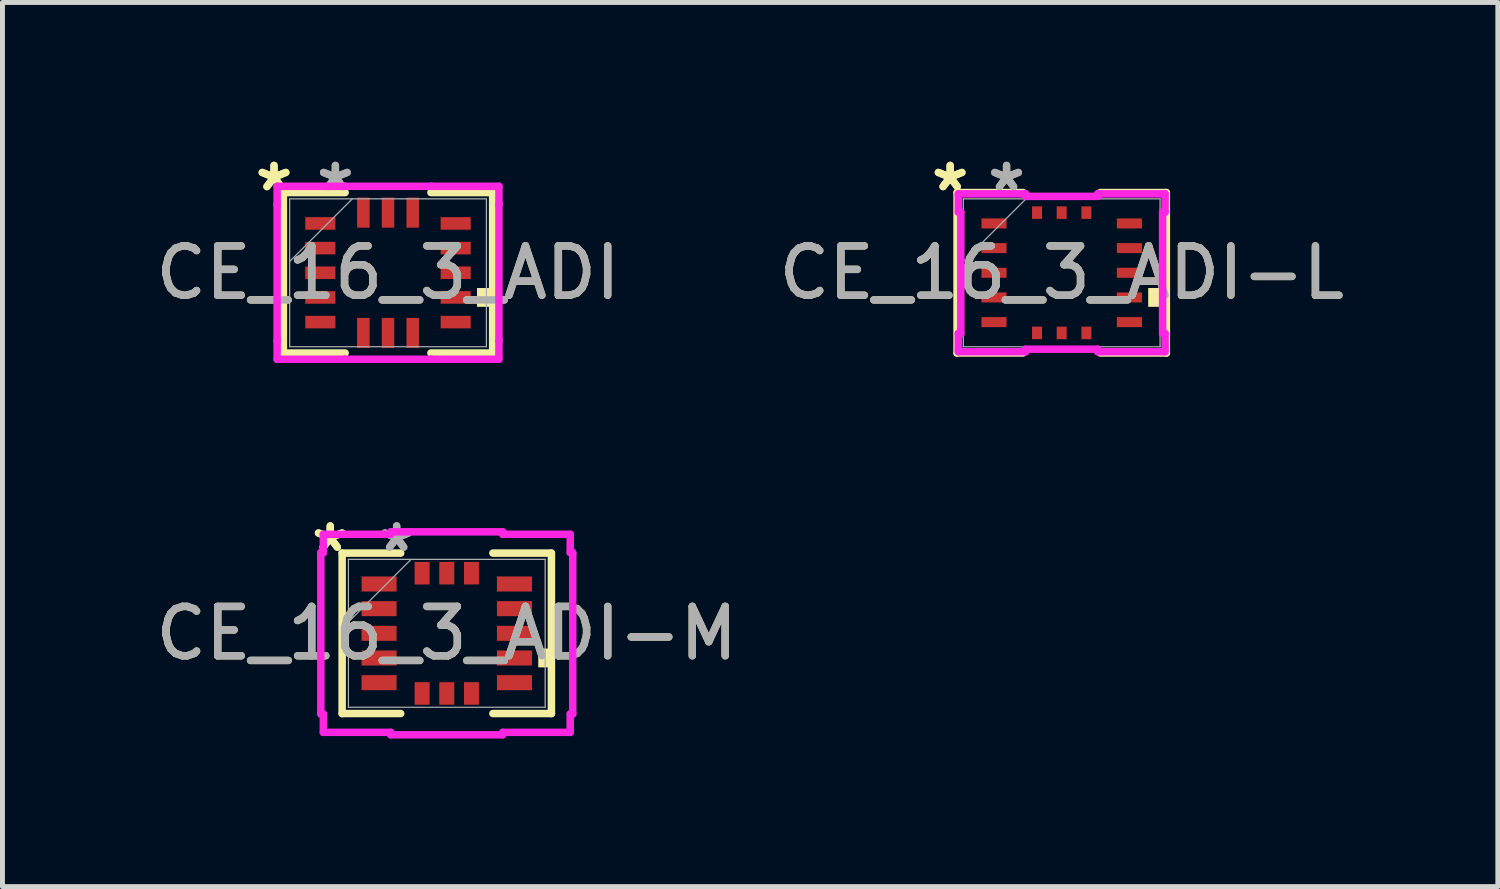
<source format=kicad_pcb>
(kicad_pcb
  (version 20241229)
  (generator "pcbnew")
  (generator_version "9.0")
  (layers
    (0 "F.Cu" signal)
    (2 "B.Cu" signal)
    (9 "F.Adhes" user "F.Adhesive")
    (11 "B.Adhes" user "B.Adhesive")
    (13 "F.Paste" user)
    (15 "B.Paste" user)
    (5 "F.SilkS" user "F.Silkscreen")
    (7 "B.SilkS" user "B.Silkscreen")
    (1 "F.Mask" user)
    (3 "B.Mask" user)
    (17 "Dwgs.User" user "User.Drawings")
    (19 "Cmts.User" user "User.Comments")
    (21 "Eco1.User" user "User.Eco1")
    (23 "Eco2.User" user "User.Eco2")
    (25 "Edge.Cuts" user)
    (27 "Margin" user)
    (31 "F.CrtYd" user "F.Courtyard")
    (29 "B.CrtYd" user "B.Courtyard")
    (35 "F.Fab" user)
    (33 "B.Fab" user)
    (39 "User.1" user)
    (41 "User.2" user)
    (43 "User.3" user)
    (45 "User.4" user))
  (footprint "CE_16_3_ADI-L"
    (layer "F.Cu")
    (at 18.47 2.479)
    (property "Reference" "CE_16_3_ADI-L" (at 0 0 0) (unlocked yes) (layer "F.SilkS") (effects (font (size 1 1) (thickness 0.15))))
    (attr smd)
    (fp_line (start -2.121 -1.626) (end -2.121 1.626) (stroke (width 0.152) (type solid)) (layer "F.SilkS"))
    (fp_line (start -2.121 1.626) (end -0.782 1.626) (stroke (width 0.152) (type solid)) (layer "F.SilkS"))
    (fp_line (start -0.782 -1.626) (end -2.121 -1.626) (stroke (width 0.152) (type solid)) (layer "F.SilkS"))
    (fp_line (start 0.782 1.626) (end 2.121 1.626) (stroke (width 0.152) (type solid)) (layer "F.SilkS"))
    (fp_line (start 2.121 -1.626) (end 0.782 -1.626) (stroke (width 0.152) (type solid)) (layer "F.SilkS"))
    (fp_line (start 2.121 1.626) (end 2.121 -1.626) (stroke (width 0.152) (type solid)) (layer "F.SilkS"))
    (fp_poly (pts (xy 2.007 0.309) (xy 2.007 0.69) (xy 1.753 0.69) (xy 1.753 0.309)) (stroke (width 0) (type solid)) (fill yes) (layer "F.SilkS"))
    (fp_line (start -2.095 -1.6) (end -0.729 -1.6) (stroke (width 0.152) (type solid)) (layer "F.CrtYd"))
    (fp_line (start -2.095 -1.229) (end -2.095 -1.6) (stroke (width 0.152) (type solid)) (layer "F.CrtYd"))
    (fp_line (start -2.095 1.229) (end -2.045 1.229) (stroke (width 0.152) (type solid)) (layer "F.CrtYd"))
    (fp_line (start -2.095 1.6) (end -2.095 1.229) (stroke (width 0.152) (type solid)) (layer "F.CrtYd"))
    (fp_line (start -2.095 1.6) (end -0.729 1.6) (stroke (width 0.152) (type solid)) (layer "F.CrtYd"))
    (fp_line (start -2.045 -1.229) (end -2.095 -1.229) (stroke (width 0.152) (type solid)) (layer "F.CrtYd"))
    (fp_line (start -2.045 1.229) (end -2.045 -1.229) (stroke (width 0.152) (type solid)) (layer "F.CrtYd"))
    (fp_line (start -0.729 -1.6) (end -0.729 -1.549) (stroke (width 0.152) (type solid)) (layer "F.CrtYd"))
    (fp_line (start -0.729 -1.549) (end 0.729 -1.549) (stroke (width 0.152) (type solid)) (layer "F.CrtYd"))
    (fp_line (start -0.729 1.549) (end 0.729 1.549) (stroke (width 0.152) (type solid)) (layer "F.CrtYd"))
    (fp_line (start -0.729 1.6) (end -0.729 1.549) (stroke (width 0.152) (type solid)) (layer "F.CrtYd"))
    (fp_line (start 0.729 -1.6) (end 2.095 -1.6) (stroke (width 0.152) (type solid)) (layer "F.CrtYd"))
    (fp_line (start 0.729 -1.549) (end 0.729 -1.6) (stroke (width 0.152) (type solid)) (layer "F.CrtYd"))
    (fp_line (start 0.729 1.549) (end 0.729 1.6) (stroke (width 0.152) (type solid)) (layer "F.CrtYd"))
    (fp_line (start 0.729 1.6) (end 2.095 1.6) (stroke (width 0.152) (type solid)) (layer "F.CrtYd"))
    (fp_line (start 2.045 -1.229) (end 2.095 -1.229) (stroke (width 0.152) (type solid)) (layer "F.CrtYd"))
    (fp_line (start 2.045 1.229) (end 2.045 -1.229) (stroke (width 0.152) (type solid)) (layer "F.CrtYd"))
    (fp_line (start 2.095 -1.229) (end 2.095 -1.6) (stroke (width 0.152) (type solid)) (layer "F.CrtYd"))
    (fp_line (start 2.095 1.229) (end 2.045 1.229) (stroke (width 0.152) (type solid)) (layer "F.CrtYd"))
    (fp_line (start 2.095 1.6) (end 2.095 1.229) (stroke (width 0.152) (type solid)) (layer "F.CrtYd"))
    (fp_line (start -1.994 -1.499) (end -1.994 1.499) (stroke (width 0.025) (type solid)) (layer "F.Fab"))
    (fp_line (start -1.994 -0.229) (end -0.724 -1.499) (stroke (width 0.025) (type solid)) (layer "F.Fab"))
    (fp_line (start -1.994 1.499) (end 1.994 1.499) (stroke (width 0.025) (type solid)) (layer "F.Fab"))
    (fp_line (start 1.994 -1.499) (end -1.994 -1.499) (stroke (width 0.025) (type solid)) (layer "F.Fab"))
    (fp_line (start 1.994 1.499) (end 1.994 -1.499) (stroke (width 0.025) (type solid)) (layer "F.Fab"))
    (fp_text user "*" (at -2.261 -1.631 0) (unlocked yes) (layer "F.SilkS") (effects (font (size 1 1) (thickness 0.15))))
    (fp_text user "*" (at -2.261 -1.631 0) (layer "F.SilkS") (effects (font (size 1 1) (thickness 0.15))))
    (fp_text user "*" (at -1.118 -1.631 0) (unlocked yes) (layer "F.Fab") (effects (font (size 1 1) (thickness 0.15))))
    (fp_text user "*" (at -1.118 -1.631 0) (layer "F.Fab") (effects (font (size 1 1) (thickness 0.15))))
    (fp_text user "${REFERENCE}" (at 0 0 0) (unlocked yes) (layer "F.Fab") (effects (font (size 1 1) (thickness 0.15))))
    (pad "1" smd rect (at -1.372 -1 90) (size 0.203 0.508) (layers "F.Cu" "F.Mask" "F.Paste"))
    (pad "2" smd rect (at -1.372 -0.5 90) (size 0.203 0.508) (layers "F.Cu" "F.Mask" "F.Paste"))
    (pad "3" smd rect (at -1.372 0 90) (size 0.203 0.508) (layers "F.Cu" "F.Mask" "F.Paste"))
    (pad "4" smd rect (at -1.372 0.5 90) (size 0.203 0.508) (layers "F.Cu" "F.Mask" "F.Paste"))
    (pad "5" smd rect (at -1.372 1 90) (size 0.203 0.508) (layers "F.Cu" "F.Mask" "F.Paste"))
    (pad "6" smd rect (at -0.5 1.219) (size 0.203 0.254) (layers "F.Cu" "F.Mask" "F.Paste"))
    (pad "7" smd rect (at 0 1.219) (size 0.203 0.254) (layers "F.Cu" "F.Mask" "F.Paste"))
    (pad "8" smd rect (at 0.5 1.219) (size 0.203 0.254) (layers "F.Cu" "F.Mask" "F.Paste"))
    (pad "9" smd rect (at 1.372 1 90) (size 0.203 0.508) (layers "F.Cu" "F.Mask" "F.Paste"))
    (pad "10" smd rect (at 1.372 0.5 90) (size 0.203 0.508) (layers "F.Cu" "F.Mask" "F.Paste"))
    (pad "11" smd rect (at 1.372 0 90) (size 0.203 0.508) (layers "F.Cu" "F.Mask" "F.Paste"))
    (pad "12" smd rect (at 1.372 -0.5 90) (size 0.203 0.508) (layers "F.Cu" "F.Mask" "F.Paste"))
    (pad "13" smd rect (at 1.372 -1 90) (size 0.203 0.508) (layers "F.Cu" "F.Mask" "F.Paste"))
    (pad "14" smd rect (at 0.5 -1.219) (size 0.203 0.254) (layers "F.Cu" "F.Mask" "F.Paste"))
    (pad "15" smd rect (at 0 -1.219) (size 0.203 0.254) (layers "F.Cu" "F.Mask" "F.Paste"))
    (pad "16" smd rect (at -0.5 -1.219) (size 0.203 0.254) (layers "F.Cu" "F.Mask" "F.Paste")))
  (footprint "CE_16_3_ADI-M"
    (layer "F.Cu")
    (at 6.006 9.787)
    (property "Reference" "CE_16_3_ADI-M" (at 0 0 0) (unlocked yes) (layer "F.SilkS") (effects (font (size 1 1) (thickness 0.15))))
    (attr smd)
    (fp_line (start -2.121 -1.626) (end -2.121 1.626) (stroke (width 0.152) (type solid)) (layer "F.SilkS"))
    (fp_line (start -2.121 1.626) (end -0.934 1.626) (stroke (width 0.152) (type solid)) (layer "F.SilkS"))
    (fp_line (start -0.934 -1.626) (end -2.121 -1.626) (stroke (width 0.152) (type solid)) (layer "F.SilkS"))
    (fp_line (start 0.934 1.626) (end 2.121 1.626) (stroke (width 0.152) (type solid)) (layer "F.SilkS"))
    (fp_line (start 2.121 -1.626) (end 0.934 -1.626) (stroke (width 0.152) (type solid)) (layer "F.SilkS"))
    (fp_line (start 2.121 1.626) (end 2.121 -1.626) (stroke (width 0.152) (type solid)) (layer "F.SilkS"))
    (fp_poly (pts (xy 2.108 0.309) (xy 2.108 0.69) (xy 1.854 0.69) (xy 1.854 0.309)) (stroke (width 0) (type solid)) (fill yes) (layer "F.SilkS"))
    (fp_line (start -2.553 -1.635) (end -2.502 -1.635) (stroke (width 0.152) (type solid)) (layer "F.CrtYd"))
    (fp_line (start -2.553 1.635) (end -2.553 -1.635) (stroke (width 0.152) (type solid)) (layer "F.CrtYd"))
    (fp_line (start -2.502 -2.007) (end -1.135 -2.007) (stroke (width 0.152) (type solid)) (layer "F.CrtYd"))
    (fp_line (start -2.502 -1.635) (end -2.502 -2.007) (stroke (width 0.152) (type solid)) (layer "F.CrtYd"))
    (fp_line (start -2.502 1.635) (end -2.553 1.635) (stroke (width 0.152) (type solid)) (layer "F.CrtYd"))
    (fp_line (start -2.502 2.007) (end -2.502 1.635) (stroke (width 0.152) (type solid)) (layer "F.CrtYd"))
    (fp_line (start -2.502 2.007) (end -1.135 2.007) (stroke (width 0.152) (type solid)) (layer "F.CrtYd"))
    (fp_line (start -1.135 -2.057) (end 1.135 -2.057) (stroke (width 0.152) (type solid)) (layer "F.CrtYd"))
    (fp_line (start -1.135 -2.007) (end -1.135 -2.057) (stroke (width 0.152) (type solid)) (layer "F.CrtYd"))
    (fp_line (start -1.135 2.007) (end -1.135 2.057) (stroke (width 0.152) (type solid)) (layer "F.CrtYd"))
    (fp_line (start -1.135 2.057) (end 1.135 2.057) (stroke (width 0.152) (type solid)) (layer "F.CrtYd"))
    (fp_line (start 1.135 -2.057) (end 1.135 -2.007) (stroke (width 0.152) (type solid)) (layer "F.CrtYd"))
    (fp_line (start 1.135 -2.007) (end 2.502 -2.007) (stroke (width 0.152) (type solid)) (layer "F.CrtYd"))
    (fp_line (start 1.135 2.007) (end 2.502 2.007) (stroke (width 0.152) (type solid)) (layer "F.CrtYd"))
    (fp_line (start 1.135 2.057) (end 1.135 2.007) (stroke (width 0.152) (type solid)) (layer "F.CrtYd"))
    (fp_line (start 2.502 -1.635) (end 2.502 -2.007) (stroke (width 0.152) (type solid)) (layer "F.CrtYd"))
    (fp_line (start 2.502 1.635) (end 2.553 1.635) (stroke (width 0.152) (type solid)) (layer "F.CrtYd"))
    (fp_line (start 2.502 2.007) (end 2.502 1.635) (stroke (width 0.152) (type solid)) (layer "F.CrtYd"))
    (fp_line (start 2.553 -1.635) (end 2.502 -1.635) (stroke (width 0.152) (type solid)) (layer "F.CrtYd"))
    (fp_line (start 2.553 1.635) (end 2.553 -1.635) (stroke (width 0.152) (type solid)) (layer "F.CrtYd"))
    (fp_line (start -1.994 -1.499) (end -1.994 1.499) (stroke (width 0.025) (type solid)) (layer "F.Fab"))
    (fp_line (start -1.994 -0.229) (end -0.724 -1.499) (stroke (width 0.025) (type solid)) (layer "F.Fab"))
    (fp_line (start -1.994 1.499) (end 1.994 1.499) (stroke (width 0.025) (type solid)) (layer "F.Fab"))
    (fp_line (start 1.994 -1.499) (end -1.994 -1.499) (stroke (width 0.025) (type solid)) (layer "F.Fab"))
    (fp_line (start 1.994 1.499) (end 1.994 -1.499) (stroke (width 0.025) (type solid)) (layer "F.Fab"))
    (fp_text user "*" (at -2.362 -1.631 0) (unlocked yes) (layer "F.SilkS") (effects (font (size 1 1) (thickness 0.15))))
    (fp_text user "*" (at -2.362 -1.631 0) (layer "F.SilkS") (effects (font (size 1 1) (thickness 0.15))))
    (fp_text user "*" (at -1.016 -1.631 0) (unlocked yes) (layer "F.Fab") (effects (font (size 1 1) (thickness 0.15))))
    (fp_text user "*" (at -1.016 -1.631 0) (layer "F.Fab") (effects (font (size 1 1) (thickness 0.15))))
    (fp_text user "${REFERENCE}" (at 0 0 0) (unlocked yes) (layer "F.Fab") (effects (font (size 1 1) (thickness 0.15))))
    (pad "1" smd rect (at -1.372 -1 90) (size 0.305 0.711) (layers "F.Cu" "F.Mask" "F.Paste"))
    (pad "2" smd rect (at -1.372 -0.5 90) (size 0.305 0.711) (layers "F.Cu" "F.Mask" "F.Paste"))
    (pad "3" smd rect (at -1.372 0 90) (size 0.305 0.711) (layers "F.Cu" "F.Mask" "F.Paste"))
    (pad "4" smd rect (at -1.372 0.5 90) (size 0.305 0.711) (layers "F.Cu" "F.Mask" "F.Paste"))
    (pad "5" smd rect (at -1.372 1 90) (size 0.305 0.711) (layers "F.Cu" "F.Mask" "F.Paste"))
    (pad "6" smd rect (at -0.5 1.219) (size 0.305 0.457) (layers "F.Cu" "F.Mask" "F.Paste"))
    (pad "7" smd rect (at 0 1.219) (size 0.305 0.457) (layers "F.Cu" "F.Mask" "F.Paste"))
    (pad "8" smd rect (at 0.5 1.219) (size 0.305 0.457) (layers "F.Cu" "F.Mask" "F.Paste"))
    (pad "9" smd rect (at 1.372 1 90) (size 0.305 0.711) (layers "F.Cu" "F.Mask" "F.Paste"))
    (pad "10" smd rect (at 1.372 0.5 90) (size 0.305 0.711) (layers "F.Cu" "F.Mask" "F.Paste"))
    (pad "11" smd rect (at 1.372 0 90) (size 0.305 0.711) (layers "F.Cu" "F.Mask" "F.Paste"))
    (pad "12" smd rect (at 1.372 -0.5 90) (size 0.305 0.711) (layers "F.Cu" "F.Mask" "F.Paste"))
    (pad "13" smd rect (at 1.372 -1 90) (size 0.305 0.711) (layers "F.Cu" "F.Mask" "F.Paste"))
    (pad "14" smd rect (at 0.5 -1.219) (size 0.305 0.457) (layers "F.Cu" "F.Mask" "F.Paste"))
    (pad "15" smd rect (at 0 -1.219) (size 0.305 0.457) (layers "F.Cu" "F.Mask" "F.Paste"))
    (pad "16" smd rect (at -0.5 -1.219) (size 0.305 0.457) (layers "F.Cu" "F.Mask" "F.Paste")))
  (footprint "CE_16_3_ADI"
    (layer "F.Cu")
    (at 4.815 2.479)
    (property "Reference" "CE_16_3_ADI" (at 0 0 0) (unlocked yes) (layer "F.SilkS") (effects (font (size 1 1) (thickness 0.15))))
    (attr smd)
    (fp_line (start -2.121 -1.626) (end -2.121 1.626) (stroke (width 0.152) (type solid)) (layer "F.SilkS"))
    (fp_line (start -2.121 1.626) (end -0.869 1.626) (stroke (width 0.152) (type solid)) (layer "F.SilkS"))
    (fp_line (start -0.869 -1.626) (end -2.121 -1.626) (stroke (width 0.152) (type solid)) (layer "F.SilkS"))
    (fp_line (start 0.869 1.626) (end 2.121 1.626) (stroke (width 0.152) (type solid)) (layer "F.SilkS"))
    (fp_line (start 2.121 -1.626) (end 0.869 -1.626) (stroke (width 0.152) (type solid)) (layer "F.SilkS"))
    (fp_line (start 2.121 1.626) (end 2.121 -1.626) (stroke (width 0.152) (type solid)) (layer "F.SilkS"))
    (fp_poly (pts (xy 2.057 0.309) (xy 2.057 0.69) (xy 1.803 0.69) (xy 1.803 0.309)) (stroke (width 0) (type solid)) (fill yes) (layer "F.SilkS"))
    (fp_line (start -2.248 -1.753) (end -0.881 -1.753) (stroke (width 0.152) (type solid)) (layer "F.CrtYd"))
    (fp_line (start -2.248 -1.381) (end -2.248 -1.753) (stroke (width 0.152) (type solid)) (layer "F.CrtYd"))
    (fp_line (start -2.248 -1.381) (end -2.248 -1.381) (stroke (width 0.152) (type solid)) (layer "F.CrtYd"))
    (fp_line (start -2.248 1.381) (end -2.248 -1.381) (stroke (width 0.152) (type solid)) (layer "F.CrtYd"))
    (fp_line (start -2.248 1.381) (end -2.248 1.381) (stroke (width 0.152) (type solid)) (layer "F.CrtYd"))
    (fp_line (start -2.248 1.753) (end -2.248 1.381) (stroke (width 0.152) (type solid)) (layer "F.CrtYd"))
    (fp_line (start -2.248 1.753) (end -0.881 1.753) (stroke (width 0.152) (type solid)) (layer "F.CrtYd"))
    (fp_line (start -0.881 -1.753) (end -0.881 -1.753) (stroke (width 0.152) (type solid)) (layer "F.CrtYd"))
    (fp_line (start -0.881 -1.753) (end 0.881 -1.753) (stroke (width 0.152) (type solid)) (layer "F.CrtYd"))
    (fp_line (start -0.881 1.753) (end -0.881 1.753) (stroke (width 0.152) (type solid)) (layer "F.CrtYd"))
    (fp_line (start -0.881 1.753) (end 0.881 1.753) (stroke (width 0.152) (type solid)) (layer "F.CrtYd"))
    (fp_line (start 0.881 -1.753) (end 0.881 -1.753) (stroke (width 0.152) (type solid)) (layer "F.CrtYd"))
    (fp_line (start 0.881 -1.753) (end 2.248 -1.753) (stroke (width 0.152) (type solid)) (layer "F.CrtYd"))
    (fp_line (start 0.881 1.753) (end 0.881 1.753) (stroke (width 0.152) (type solid)) (layer "F.CrtYd"))
    (fp_line (start 0.881 1.753) (end 2.248 1.753) (stroke (width 0.152) (type solid)) (layer "F.CrtYd"))
    (fp_line (start 2.248 -1.381) (end 2.248 -1.753) (stroke (width 0.152) (type solid)) (layer "F.CrtYd"))
    (fp_line (start 2.248 -1.381) (end 2.248 -1.381) (stroke (width 0.152) (type solid)) (layer "F.CrtYd"))
    (fp_line (start 2.248 1.381) (end 2.248 -1.381) (stroke (width 0.152) (type solid)) (layer "F.CrtYd"))
    (fp_line (start 2.248 1.381) (end 2.248 1.381) (stroke (width 0.152) (type solid)) (layer "F.CrtYd"))
    (fp_line (start 2.248 1.753) (end 2.248 1.381) (stroke (width 0.152) (type solid)) (layer "F.CrtYd"))
    (fp_line (start -1.994 -1.499) (end -1.994 1.499) (stroke (width 0.025) (type solid)) (layer "F.Fab"))
    (fp_line (start -1.994 -0.229) (end -0.724 -1.499) (stroke (width 0.025) (type solid)) (layer "F.Fab"))
    (fp_line (start -1.994 1.499) (end 1.994 1.499) (stroke (width 0.025) (type solid)) (layer "F.Fab"))
    (fp_line (start 1.994 -1.499) (end -1.994 -1.499) (stroke (width 0.025) (type solid)) (layer "F.Fab"))
    (fp_line (start 1.994 1.499) (end 1.994 -1.499) (stroke (width 0.025) (type solid)) (layer "F.Fab"))
    (fp_text user "*" (at -2.311 -1.631 0) (unlocked yes) (layer "F.SilkS") (effects (font (size 1 1) (thickness 0.15))))
    (fp_text user "*" (at -2.311 -1.631 0) (layer "F.SilkS") (effects (font (size 1 1) (thickness 0.15))))
    (fp_text user "*" (at -1.067 -1.631 0) (layer "F.Fab") (effects (font (size 1 1) (thickness 0.15))))
    (fp_text user "${REFERENCE}" (at 0 0 0) (unlocked yes) (layer "F.Fab") (effects (font (size 1 1) (thickness 0.15))))
    (fp_text user "*" (at -1.067 -1.631 0) (unlocked yes) (layer "F.Fab") (effects (font (size 1 1) (thickness 0.15))))
    (pad "1" smd rect (at -1.372 -1 90) (size 0.254 0.61) (layers "F.Cu" "F.Mask" "F.Paste"))
    (pad "2" smd rect (at -1.372 -0.5 90) (size 0.254 0.61) (layers "F.Cu" "F.Mask" "F.Paste"))
    (pad "3" smd rect (at -1.372 0 90) (size 0.254 0.61) (layers "F.Cu" "F.Mask" "F.Paste"))
    (pad "4" smd rect (at -1.372 0.5 90) (size 0.254 0.61) (layers "F.Cu" "F.Mask" "F.Paste"))
    (pad "5" smd rect (at -1.372 1 90) (size 0.254 0.61) (layers "F.Cu" "F.Mask" "F.Paste"))
    (pad "6" smd rect (at -0.5 1.219) (size 0.254 0.61) (layers "F.Cu" "F.Mask" "F.Paste"))
    (pad "7" smd rect (at 0 1.219) (size 0.254 0.61) (layers "F.Cu" "F.Mask" "F.Paste"))
    (pad "8" smd rect (at 0.5 1.219) (size 0.254 0.61) (layers "F.Cu" "F.Mask" "F.Paste"))
    (pad "9" smd rect (at 1.372 1 90) (size 0.254 0.61) (layers "F.Cu" "F.Mask" "F.Paste"))
    (pad "10" smd rect (at 1.372 0.5 90) (size 0.254 0.61) (layers "F.Cu" "F.Mask" "F.Paste"))
    (pad "11" smd rect (at 1.372 0 90) (size 0.254 0.61) (layers "F.Cu" "F.Mask" "F.Paste"))
    (pad "12" smd rect (at 1.372 -0.5 90) (size 0.254 0.61) (layers "F.Cu" "F.Mask" "F.Paste"))
    (pad "13" smd rect (at 1.372 -1 90) (size 0.254 0.61) (layers "F.Cu" "F.Mask" "F.Paste"))
    (pad "14" smd rect (at 0.5 -1.219) (size 0.254 0.61) (layers "F.Cu" "F.Mask" "F.Paste"))
    (pad "15" smd rect (at 0 -1.219) (size 0.254 0.61) (layers "F.Cu" "F.Mask" "F.Paste"))
    (pad "16" smd rect (at -0.5 -1.219) (size 0.254 0.61) (layers "F.Cu" "F.Mask" "F.Paste")))
  (gr_rect
    (start -3 -3)
    (end 27.31 14.921)
    (stroke (width 0.1) (type default))
    (fill no)
    (layer "Edge.Cuts")))
</source>
